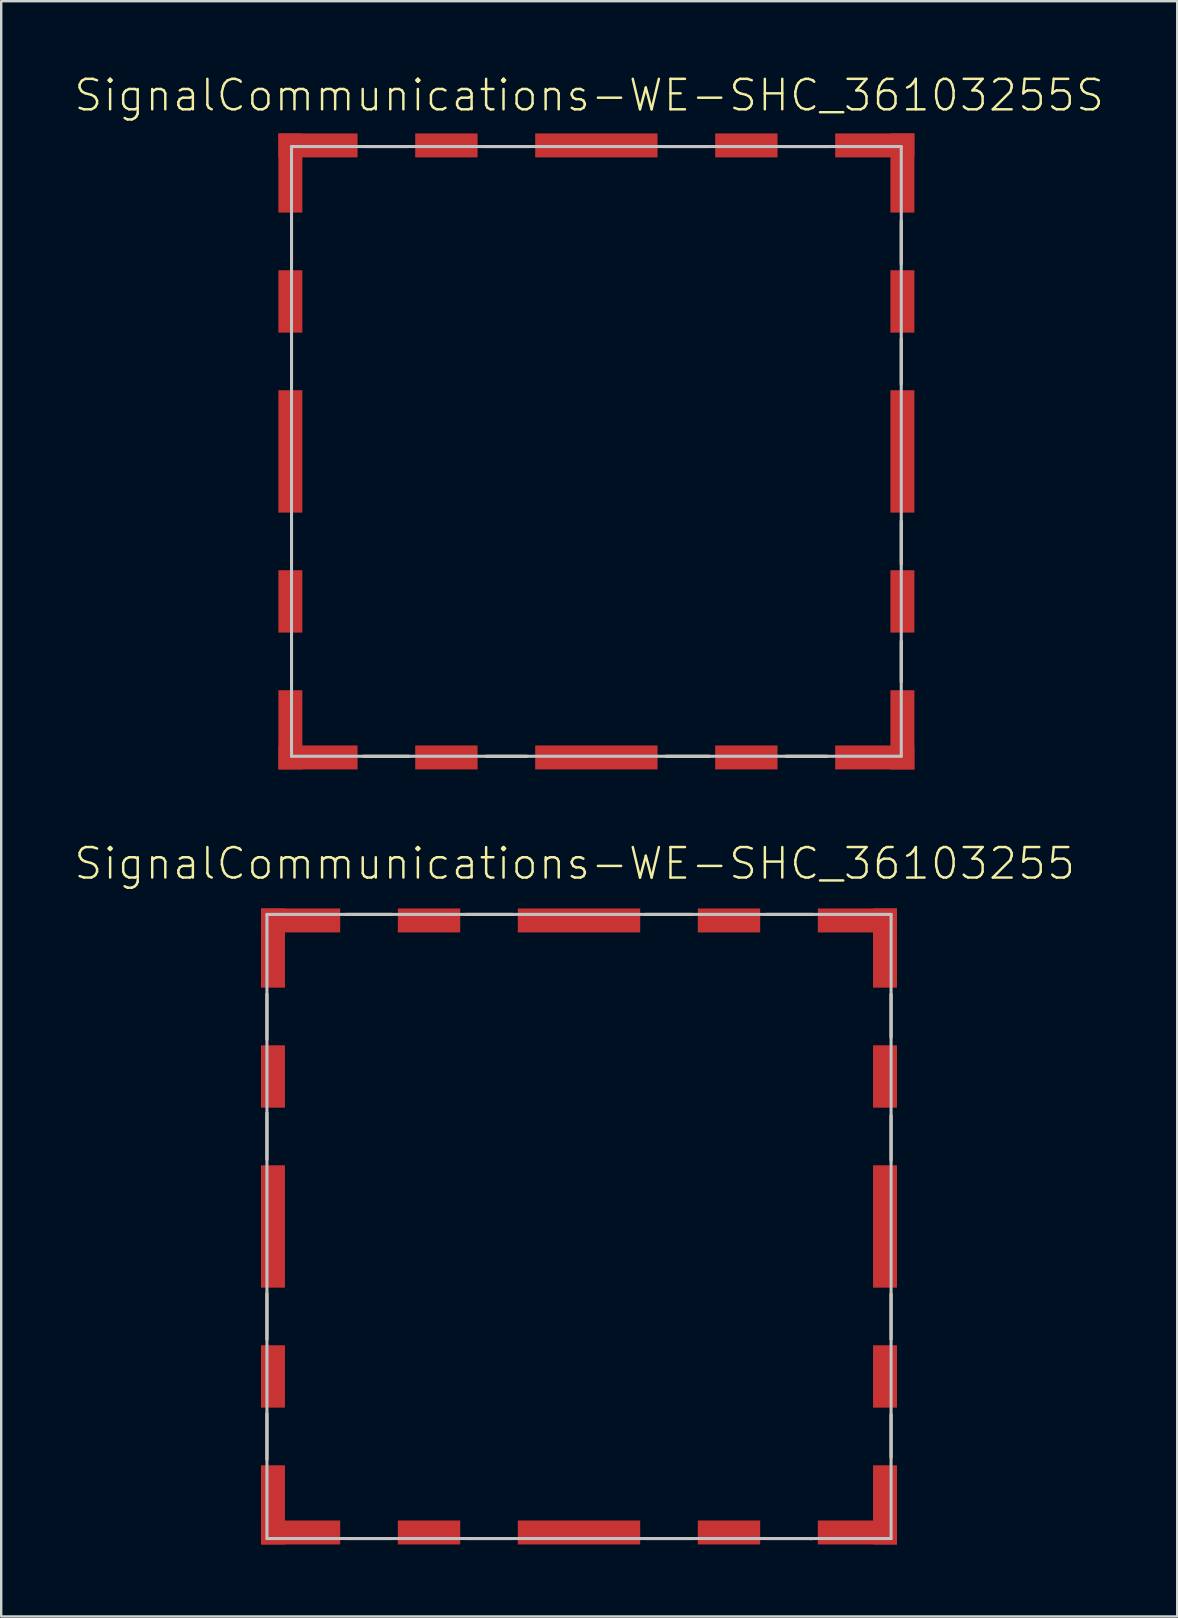
<source format=kicad_pcb>
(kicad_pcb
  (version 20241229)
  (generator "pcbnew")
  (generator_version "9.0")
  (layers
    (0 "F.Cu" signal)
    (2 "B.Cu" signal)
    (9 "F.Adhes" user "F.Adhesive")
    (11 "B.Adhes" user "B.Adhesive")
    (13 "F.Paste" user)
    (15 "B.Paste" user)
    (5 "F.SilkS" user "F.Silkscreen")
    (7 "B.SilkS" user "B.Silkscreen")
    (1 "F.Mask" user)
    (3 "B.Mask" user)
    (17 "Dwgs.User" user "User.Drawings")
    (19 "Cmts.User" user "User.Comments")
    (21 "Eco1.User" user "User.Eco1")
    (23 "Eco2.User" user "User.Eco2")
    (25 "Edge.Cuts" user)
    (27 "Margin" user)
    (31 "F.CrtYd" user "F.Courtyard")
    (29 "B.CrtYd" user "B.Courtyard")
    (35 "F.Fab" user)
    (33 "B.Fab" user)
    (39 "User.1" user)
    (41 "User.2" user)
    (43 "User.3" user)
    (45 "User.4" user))
  (footprint "SignalCommunications-WE-SHC_36103255S"
    (layer "F.Cu")
    (at 21.794 15.755)
    (property "Reference" "SignalCommunications-WE-SHC_36103255S" (at -0.3 -14.834 0) (layer "F.SilkS") (effects (font (size 1.27 1.27) (thickness 0.102))))
    (attr smd)
    (fp_line (start -12.7 -7.798) (end -12.7 -9.698) (stroke (width 0.127) (type solid)) (layer "F.SilkS"))
    (fp_line (start -12.7 -2.799) (end -12.7 -4.699) (stroke (width 0.127) (type solid)) (layer "F.SilkS"))
    (fp_line (start -12.7 4.699) (end -12.7 2.799) (stroke (width 0.127) (type solid)) (layer "F.SilkS"))
    (fp_line (start -12.7 7.798) (end -12.7 9.698) (stroke (width 0.127) (type solid)) (layer "F.SilkS"))
    (fp_line (start -9.698 12.7) (end -7.798 12.7) (stroke (width 0.127) (type solid)) (layer "F.SilkS"))
    (fp_line (start -9.599 -12.7) (end -7.899 -12.7) (stroke (width 0.127) (type solid)) (layer "F.SilkS"))
    (fp_line (start -4.699 -12.7) (end -2.799 -12.7) (stroke (width 0.127) (type solid)) (layer "F.SilkS"))
    (fp_line (start -4.6 12.7) (end -2.898 12.7) (stroke (width 0.127) (type solid)) (layer "F.SilkS"))
    (fp_line (start 2.799 -12.7) (end 4.6 -12.7) (stroke (width 0.127) (type solid)) (layer "F.SilkS"))
    (fp_line (start 2.898 12.7) (end 4.699 12.7) (stroke (width 0.127) (type solid)) (layer "F.SilkS"))
    (fp_line (start 7.798 -12.7) (end 9.698 -12.7) (stroke (width 0.127) (type solid)) (layer "F.SilkS"))
    (fp_line (start 7.899 12.7) (end 9.599 12.7) (stroke (width 0.127) (type solid)) (layer "F.SilkS"))
    (fp_line (start 12.7 -9.599) (end 12.7 -7.798) (stroke (width 0.127) (type solid)) (layer "F.SilkS"))
    (fp_line (start 12.7 -4.699) (end 12.7 -2.799) (stroke (width 0.127) (type solid)) (layer "F.SilkS"))
    (fp_line (start 12.7 2.898) (end 12.7 4.699) (stroke (width 0.127) (type solid)) (layer "F.SilkS"))
    (fp_line (start 12.7 7.899) (end 12.7 9.599) (stroke (width 0.127) (type solid)) (layer "F.SilkS"))
    (fp_line (start -12.7 -12.7) (end 12.7 -12.7) (stroke (width 0.127) (type solid)) (layer "Dwgs.User"))
    (fp_line (start -12.7 12.7) (end -12.7 -12.7) (stroke (width 0.127) (type solid)) (layer "Dwgs.User"))
    (fp_line (start 12.7 -12.7) (end 12.7 12.7) (stroke (width 0.127) (type solid)) (layer "Dwgs.User"))
    (fp_line (start 12.7 12.7) (end -12.7 12.7) (stroke (width 0.127) (type solid)) (layer "Dwgs.User"))
    (pad "1" smd rect (at -6.248 -12.748) (size 2.598 0.998) (layers "F.Cu" "F.Mask" "F.Paste"))
    (pad "2" smd rect (at 0 -12.748) (size 5.098 0.998) (layers "F.Cu" "F.Mask" "F.Paste"))
    (pad "3" smd rect (at 6.248 -12.748) (size 2.598 0.998) (layers "F.Cu" "F.Mask" "F.Paste"))
    (pad "4" smd rect (at 11.598 -12.748) (size 3.299 0.998) (layers "F.Cu" "F.Mask" "F.Paste"))
    (pad "5" smd rect (at 12.748 -11.598 90) (size 3.299 0.998) (layers "F.Cu" "F.Mask" "F.Paste"))
    (pad "6" smd rect (at 12.748 -6.248 90) (size 2.598 0.998) (layers "F.Cu" "F.Mask" "F.Paste"))
    (pad "7" smd rect (at 12.748 0 90) (size 5.098 0.998) (layers "F.Cu" "F.Mask" "F.Paste"))
    (pad "8" smd rect (at 12.748 6.248 90) (size 2.598 0.998) (layers "F.Cu" "F.Mask" "F.Paste"))
    (pad "9" smd rect (at 12.748 11.598 90) (size 3.299 0.998) (layers "F.Cu" "F.Mask" "F.Paste"))
    (pad "10" smd rect (at 11.598 12.748) (size 3.299 0.998) (layers "F.Cu" "F.Mask" "F.Paste"))
    (pad "11" smd rect (at 6.248 12.748) (size 2.598 0.998) (layers "F.Cu" "F.Mask" "F.Paste"))
    (pad "12" smd rect (at 0 12.748) (size 5.098 0.998) (layers "F.Cu" "F.Mask" "F.Paste"))
    (pad "13" smd rect (at -6.248 12.748) (size 2.598 0.998) (layers "F.Cu" "F.Mask" "F.Paste"))
    (pad "14" smd rect (at -11.598 12.748) (size 3.299 0.998) (layers "F.Cu" "F.Mask" "F.Paste"))
    (pad "15" smd rect (at -12.748 11.598 90) (size 3.299 0.998) (layers "F.Cu" "F.Mask" "F.Paste"))
    (pad "16" smd rect (at -12.748 6.248 90) (size 2.598 0.998) (layers "F.Cu" "F.Mask" "F.Paste"))
    (pad "17" smd rect (at -12.748 0 90) (size 5.098 0.998) (layers "F.Cu" "F.Mask" "F.Paste"))
    (pad "18" smd rect (at -12.748 -6.248 90) (size 2.598 0.998) (layers "F.Cu" "F.Mask" "F.Paste"))
    (pad "19" smd rect (at -12.748 -11.598 90) (size 3.299 0.998) (layers "F.Cu" "F.Mask" "F.Paste"))
    (pad "20" smd rect (at -11.598 -12.748) (size 3.299 0.998) (layers "F.Cu" "F.Mask" "F.Paste")))
  (footprint "SignalCommunications-WE-SHC_36103255"
    (layer "F.Cu")
    (at 21.07 48.042)
    (property "Reference" "SignalCommunications-WE-SHC_36103255" (at -0.18 -15.118 0) (layer "F.SilkS") (effects (font (size 1.27 1.27) (thickness 0.102))))
    (attr smd)
    (fp_line (start -13 -9.68) (end -13 -7.788) (stroke (width 0.127) (type solid)) (layer "F.SilkS"))
    (fp_line (start -13 -4.729) (end -13 -2.789) (stroke (width 0.127) (type solid)) (layer "F.SilkS"))
    (fp_line (start -13 2.789) (end -13 4.709) (stroke (width 0.127) (type solid)) (layer "F.SilkS"))
    (fp_line (start -13 7.788) (end -13 9.708) (stroke (width 0.127) (type solid)) (layer "F.SilkS"))
    (fp_line (start -9.728 -13) (end -7.788 -13) (stroke (width 0.127) (type solid)) (layer "F.SilkS"))
    (fp_line (start -9.698 13) (end -7.849 13) (stroke (width 0.127) (type solid)) (layer "F.SilkS"))
    (fp_line (start -4.74 -13) (end -2.748 -13) (stroke (width 0.127) (type solid)) (layer "F.SilkS"))
    (fp_line (start -4.689 13) (end -2.799 13) (stroke (width 0.127) (type solid)) (layer "F.SilkS"))
    (fp_line (start 2.748 -13) (end 4.719 -13) (stroke (width 0.127) (type solid)) (layer "F.SilkS"))
    (fp_line (start 2.789 13) (end 4.679 13) (stroke (width 0.127) (type solid)) (layer "F.SilkS"))
    (fp_line (start 7.798 -13) (end 9.749 -13) (stroke (width 0.127) (type solid)) (layer "F.SilkS"))
    (fp_line (start 7.828 13) (end 9.68 13) (stroke (width 0.127) (type solid)) (layer "F.SilkS"))
    (fp_line (start 9.68 13) (end 9.68 13.01) (stroke (width 0.127) (type solid)) (layer "F.SilkS"))
    (fp_line (start 13 -7.879) (end 13 -9.67) (stroke (width 0.127) (type solid)) (layer "F.SilkS"))
    (fp_line (start 13 -2.758) (end 13 -4.618) (stroke (width 0.127) (type solid)) (layer "F.SilkS"))
    (fp_line (start 13 4.689) (end 13 2.819) (stroke (width 0.127) (type solid)) (layer "F.SilkS"))
    (fp_line (start 13 9.619) (end 13 7.828) (stroke (width 0.127) (type solid)) (layer "F.SilkS"))
    (fp_line (start -13 -13) (end -13 13) (stroke (width 0.127) (type solid)) (layer "Dwgs.User"))
    (fp_line (start -13 13) (end 13 13) (stroke (width 0.127) (type solid)) (layer "Dwgs.User"))
    (fp_line (start 13 -13) (end -13 -13) (stroke (width 0.127) (type solid)) (layer "Dwgs.User"))
    (fp_line (start 13 13) (end 13 -13) (stroke (width 0.127) (type solid)) (layer "Dwgs.User"))
    (pad "1" smd rect (at 11.598 -12.748) (size 3.299 0.998) (layers "F.Cu" "F.Mask" "F.Paste"))
    (pad "2" smd rect (at 12.748 -11.598) (size 0.998 3.299) (layers "F.Cu" "F.Mask" "F.Paste"))
    (pad "3" smd rect (at 12.748 -6.248) (size 0.998 2.598) (layers "F.Cu" "F.Mask" "F.Paste"))
    (pad "4" smd rect (at 12.748 0) (size 0.998 5.098) (layers "F.Cu" "F.Mask" "F.Paste"))
    (pad "5" smd rect (at 12.748 6.248) (size 0.998 2.598) (layers "F.Cu" "F.Mask" "F.Paste"))
    (pad "6" smd rect (at 12.748 11.598) (size 0.998 3.299) (layers "F.Cu" "F.Mask" "F.Paste"))
    (pad "7" smd rect (at 11.598 12.748) (size 3.299 0.998) (layers "F.Cu" "F.Mask" "F.Paste"))
    (pad "8" smd rect (at 6.248 12.748) (size 2.598 0.998) (layers "F.Cu" "F.Mask" "F.Paste"))
    (pad "9" smd rect (at 0 12.748) (size 5.098 0.998) (layers "F.Cu" "F.Mask" "F.Paste"))
    (pad "10" smd rect (at -6.248 12.748) (size 2.598 0.998) (layers "F.Cu" "F.Mask" "F.Paste"))
    (pad "11" smd rect (at -11.598 12.748) (size 3.299 0.998) (layers "F.Cu" "F.Mask" "F.Paste"))
    (pad "12" smd rect (at -12.748 11.598) (size 0.998 3.299) (layers "F.Cu" "F.Mask" "F.Paste"))
    (pad "13" smd rect (at -12.748 6.248) (size 0.998 2.598) (layers "F.Cu" "F.Mask" "F.Paste"))
    (pad "14" smd rect (at -12.748 0) (size 0.998 5.098) (layers "F.Cu" "F.Mask" "F.Paste"))
    (pad "15" smd rect (at -12.748 -6.248) (size 0.998 2.598) (layers "F.Cu" "F.Mask" "F.Paste"))
    (pad "16" smd rect (at -12.748 -11.598) (size 0.998 3.299) (layers "F.Cu" "F.Mask" "F.Paste"))
    (pad "17" smd rect (at -11.598 -12.748) (size 3.299 0.998) (layers "F.Cu" "F.Mask" "F.Paste"))
    (pad "18" smd rect (at -6.248 -12.748) (size 2.598 0.998) (layers "F.Cu" "F.Mask" "F.Paste"))
    (pad "19" smd rect (at 0 -12.748) (size 5.098 0.998) (layers "F.Cu" "F.Mask" "F.Paste"))
    (pad "20" smd rect (at 6.248 -12.748) (size 2.598 0.998) (layers "F.Cu" "F.Mask" "F.Paste")))
  (gr_rect
    (start -3 -3)
    (end 45.989 64.289)
    (stroke (width 0.1) (type default))
    (fill no)
    (layer "Edge.Cuts")))
</source>
